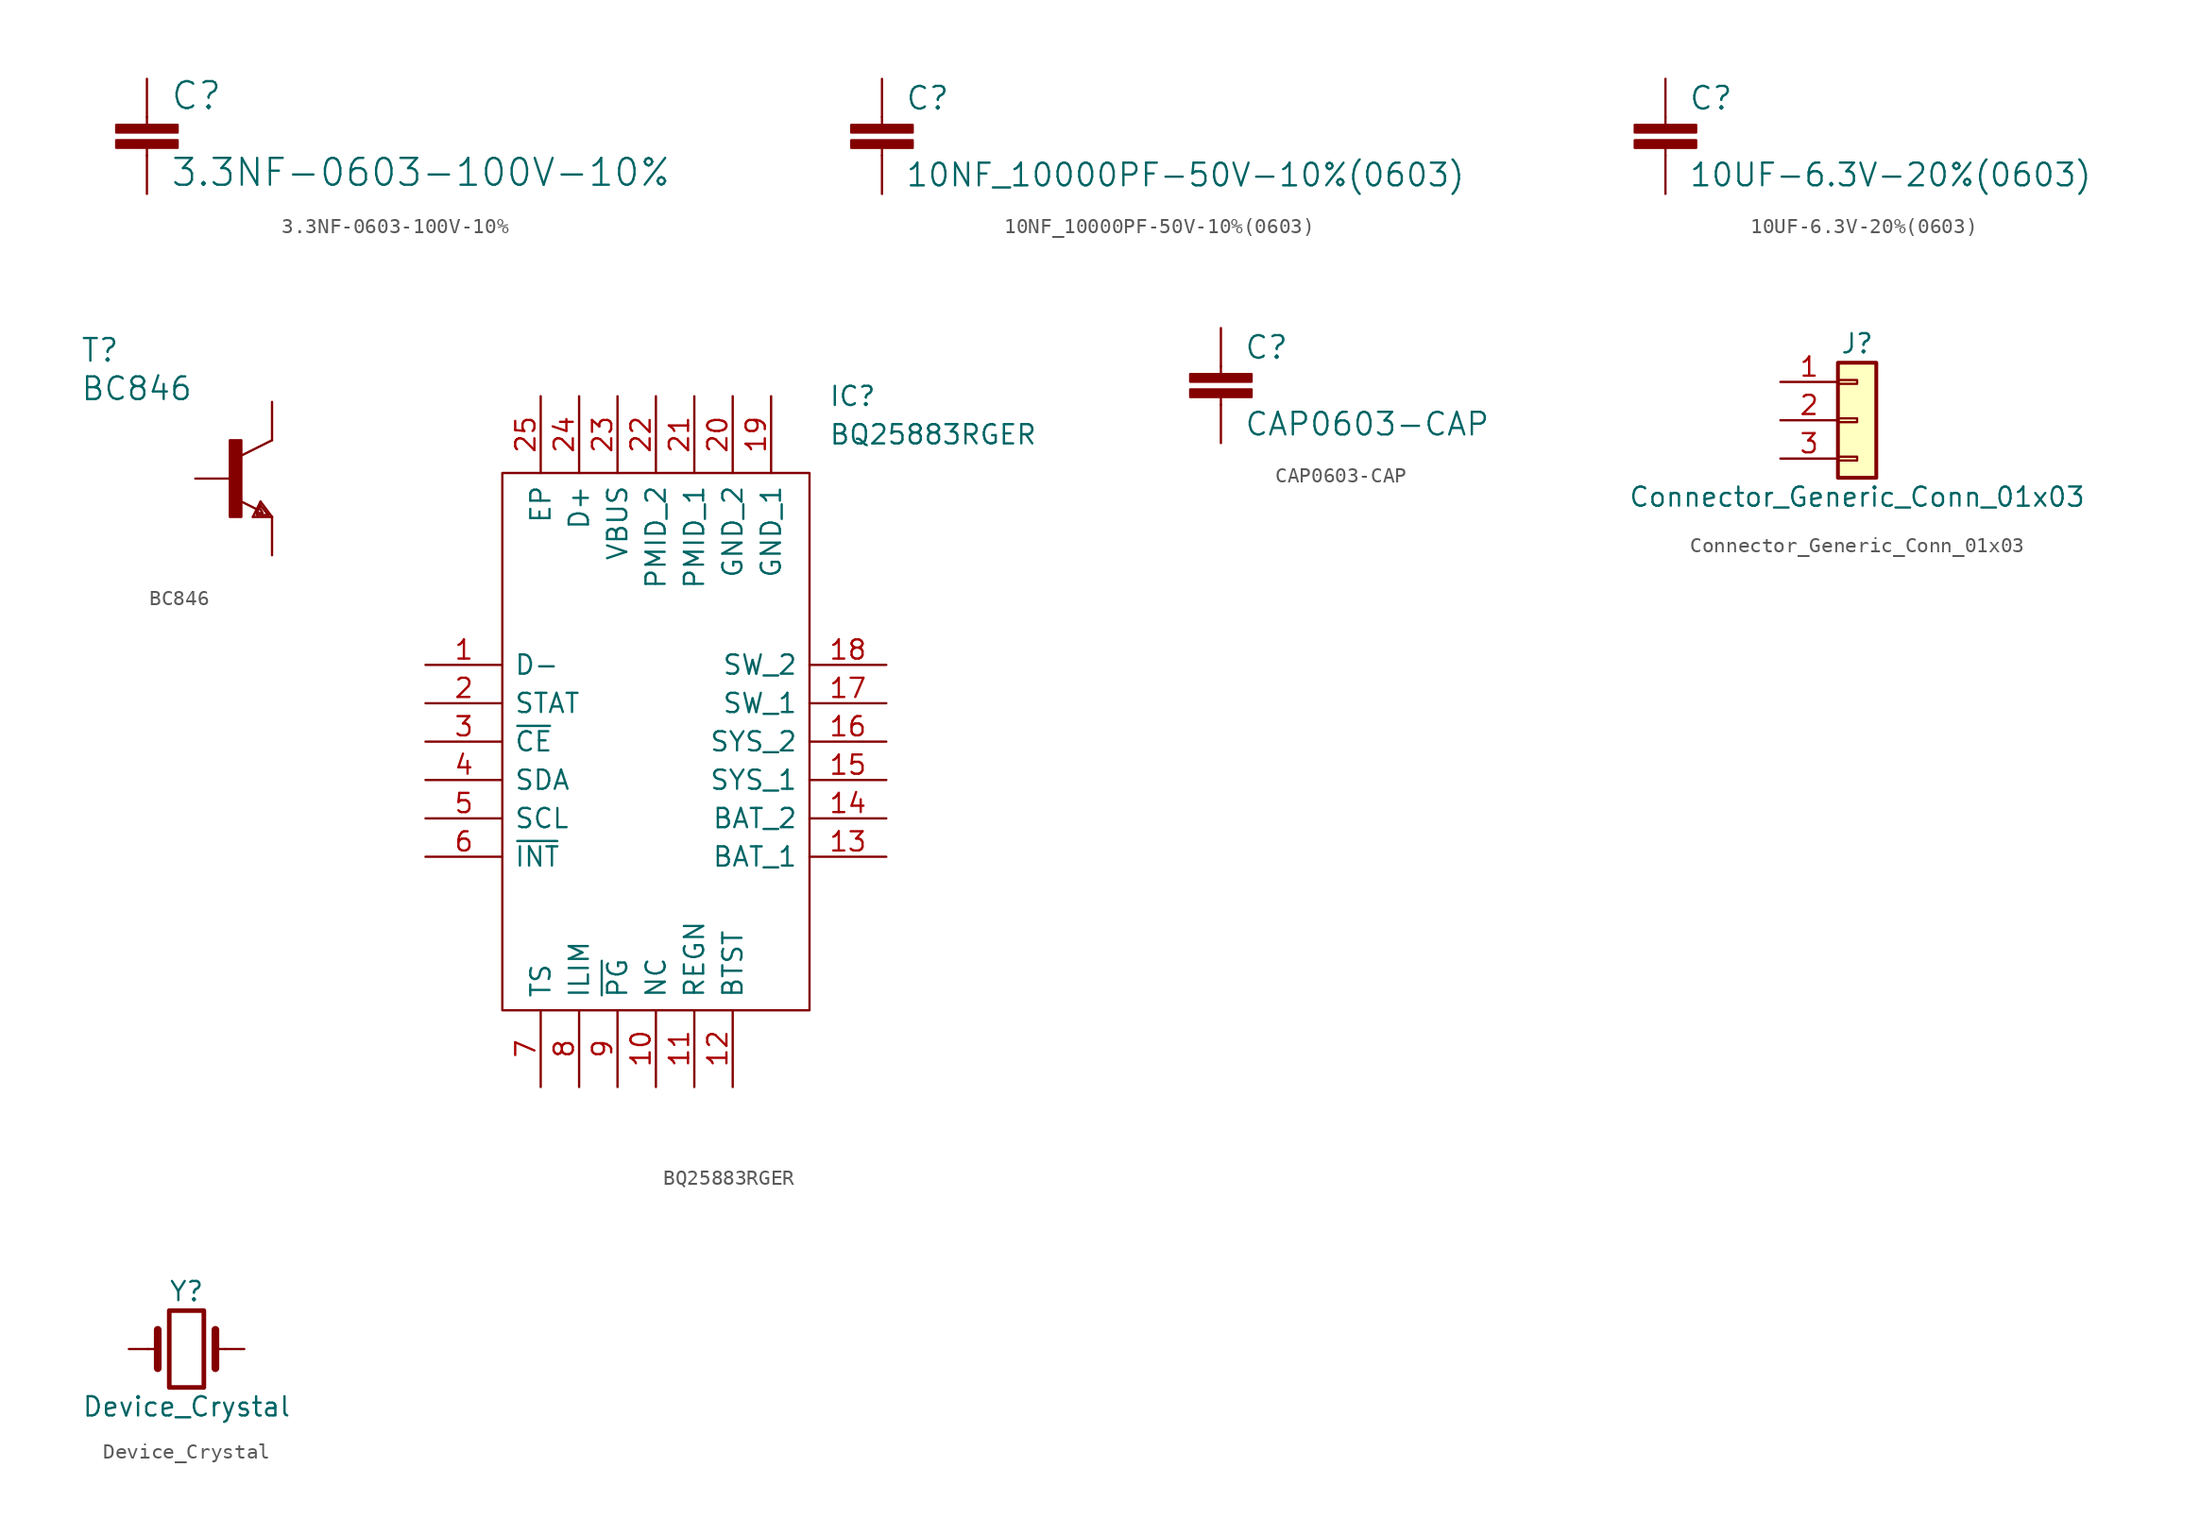
<source format=kicad_sym>
(kicad_symbol_lib
  (version 20220914)
  (generator kicad_symbol_editor)
  (symbol "3.3NF-0603-100V-10%"
    (pin_names
      (offset 1.016))
    (property "Reference" "C"
      (at 1.524 2.921 0)
      (effects (font (size 1.778 1.778)) (justify left bottom)))
    (property "Value" "3.3NF-0603-100V-10%"
      (at 1.524 -2.159 0)
      (effects (font (size 1.778 1.778)) (justify left bottom)))
    (property "ki_locked" ""
      (at 0 0 0)
      (effects (font (size 1.27 1.27))))
    (symbol "3.3NF-0603-100V-10%_1_0"
      (rectangle (start -2.032 0.508) (end 2.032 1.016) (stroke (width 0) (type solid)) (fill (type outline)))
      (rectangle (start -2.032 1.524) (end 2.032 2.032) (stroke (width 0) (type solid)) (fill (type outline)))
      (polyline (pts (xy 0 0) (xy 0 0.508)) (stroke (width 0) (type solid)) (fill (type none)))
      (polyline (pts (xy 0 2.54) (xy 0 2.032)) (stroke (width 0) (type solid)) (fill (type none)))
      (pin passive line (at 0 5.08 270) (length 2.54) (name "1" (effects (font (size 0 0)))) (number "1" (effects (font (size 0 0)))))
      (pin passive line (at 0 -2.54 90) (length 2.54) (name "2" (effects (font (size 0 0)))) (number "2" (effects (font (size 0 0)))))))
  (symbol "10NF_10000PF-50V-10%(0603)"
    (pin_names
      (offset 1.016))
    (property "Reference" "C"
      (at 1.524 2.921 0)
      (effects (font (size 1.499 1.499)) (justify left bottom)))
    (property "Value" "10NF_10000PF-50V-10%(0603)"
      (at 1.524 -2.159 0)
      (effects (font (size 1.499 1.499)) (justify left bottom)))
    (property "ki_locked" ""
      (at 0 0 0)
      (effects (font (size 1.27 1.27))))
    (symbol "10NF_10000PF-50V-10%(0603)_1_0"
      (rectangle (start -2.032 0.508) (end 2.032 1.016) (stroke (width 0) (type solid)) (fill (type outline)))
      (rectangle (start -2.032 1.524) (end 2.032 2.032) (stroke (width 0) (type solid)) (fill (type outline)))
      (polyline (pts (xy 0 0) (xy 0 0.508)) (stroke (width 0) (type solid)) (fill (type none)))
      (polyline (pts (xy 0 2.54) (xy 0 2.032)) (stroke (width 0) (type solid)) (fill (type none)))
      (pin passive line (at 0 5.08 270) (length 2.54) (name "1" (effects (font (size 0 0)))) (number "1" (effects (font (size 0 0)))))
      (pin passive line (at 0 -2.54 90) (length 2.54) (name "2" (effects (font (size 0 0)))) (number "2" (effects (font (size 0 0)))))))
  (symbol "10UF-6.3V-20%(0603)"
    (pin_names
      (offset 1.016))
    (property "Reference" "C"
      (at 1.524 2.921 0)
      (effects (font (size 1.499 1.499)) (justify left bottom)))
    (property "Value" "10UF-6.3V-20%(0603)"
      (at 1.524 -2.159 0)
      (effects (font (size 1.499 1.499)) (justify left bottom)))
    (property "ki_locked" ""
      (at 0 0 0)
      (effects (font (size 1.27 1.27))))
    (symbol "10UF-6.3V-20%(0603)_1_0"
      (rectangle (start -2.032 0.508) (end 2.032 1.016) (stroke (width 0) (type solid)) (fill (type outline)))
      (rectangle (start -2.032 1.524) (end 2.032 2.032) (stroke (width 0) (type solid)) (fill (type outline)))
      (polyline (pts (xy 0 0) (xy 0 0.508)) (stroke (width 0) (type solid)) (fill (type none)))
      (polyline (pts (xy 0 2.54) (xy 0 2.032)) (stroke (width 0) (type solid)) (fill (type none)))
      (pin passive line (at 0 5.08 270) (length 2.54) (name "1" (effects (font (size 0 0)))) (number "1" (effects (font (size 0 0)))))
      (pin passive line (at 0 -2.54 90) (length 2.54) (name "2" (effects (font (size 0 0)))) (number "2" (effects (font (size 0 0)))))))
  (symbol "BC846"
    (pin_names
      (offset 1.016))
    (property "Reference" "T"
      (at -10.16 7.62 0)
      (effects (font (size 1.499 1.499)) (justify left bottom)))
    (property "Value" "BC846"
      (at -10.16 5.08 0)
      (effects (font (size 1.499 1.499)) (justify left bottom)))
    (property "ki_locked" ""
      (at 0 0 0)
      (effects (font (size 1.27 1.27))))
    (symbol "BC846_1_0"
      (rectangle (start -0.254 -2.54) (end 0.508 2.54) (stroke (width 0) (type solid)) (fill (type outline)))
      (polyline (pts (xy 1.27 -2.54) (xy 1.778 -1.524)) (stroke (width 0) (type solid)) (fill (type none)))
      (polyline (pts (xy 1.524 -2.413) (xy 2.286 -2.413)) (stroke (width 0) (type solid)) (fill (type none)))
      (polyline (pts (xy 1.524 -2.286) (xy 1.905 -2.286)) (stroke (width 0) (type solid)) (fill (type none)))
      (polyline (pts (xy 1.524 -2.032) (xy 0.305 -1.422)) (stroke (width 0) (type solid)) (fill (type none)))
      (polyline (pts (xy 1.778 -1.778) (xy 1.524 -2.286)) (stroke (width 0) (type solid)) (fill (type none)))
      (polyline (pts (xy 1.778 -1.524) (xy 2.54 -2.54)) (stroke (width 0) (type solid)) (fill (type none)))
      (polyline (pts (xy 1.905 -2.286) (xy 1.778 -2.032)) (stroke (width 0) (type solid)) (fill (type none)))
      (polyline (pts (xy 2.286 -2.413) (xy 1.778 -1.778)) (stroke (width 0) (type solid)) (fill (type none)))
      (polyline (pts (xy 2.54 -2.54) (xy 1.27 -2.54)) (stroke (width 0) (type solid)) (fill (type none)))
      (polyline (pts (xy 2.54 2.54) (xy 0.508 1.524)) (stroke (width 0) (type solid)) (fill (type none)))
      (pin passive line (at -2.54 0 0) (length 2.54) (name "B" (effects (font (size 0 0)))) (number "1" (effects (font (size 0 0)))))
      (pin passive line (at 2.54 -5.08 90) (length 2.54) (name "E" (effects (font (size 0 0)))) (number "2" (effects (font (size 0 0)))))
      (pin passive line (at 2.54 5.08 270) (length 2.54) (name "C" (effects (font (size 0 0)))) (number "3" (effects (font (size 0 0)))))))
  (symbol "BQ25883RGER"
    (pin_names
      (offset 0.762))
    (property "Reference" "IC"
      (at 26.67 17.78 0)
      (effects (font (size 1.27 1.27)) (justify left)))
    (property "Value" "BQ25883RGER"
      (at 26.67 15.24 0)
      (effects (font (size 1.27 1.27)) (justify left)))
    (symbol "BQ25883RGER_0_0"
      (pin bidirectional line (at 0 0 0) (length 5.08) (name "D-" (effects (font (size 1.27 1.27)))) (number "1" (effects (font (size 1.27 1.27)))))
      (pin bidirectional line (at 15.24 -27.94 90) (length 5.08) (name "NC" (effects (font (size 1.27 1.27)))) (number "10" (effects (font (size 1.27 1.27)))))
      (pin bidirectional line (at 17.78 -27.94 90) (length 5.08) (name "REGN" (effects (font (size 1.27 1.27)))) (number "11" (effects (font (size 1.27 1.27)))))
      (pin bidirectional line (at 20.32 -27.94 90) (length 5.08) (name "BTST" (effects (font (size 1.27 1.27)))) (number "12" (effects (font (size 1.27 1.27)))))
      (pin bidirectional line (at 30.48 -12.7 180) (length 5.08) (name "BAT_1" (effects (font (size 1.27 1.27)))) (number "13" (effects (font (size 1.27 1.27)))))
      (pin bidirectional line (at 30.48 -10.16 180) (length 5.08) (name "BAT_2" (effects (font (size 1.27 1.27)))) (number "14" (effects (font (size 1.27 1.27)))))
      (pin bidirectional line (at 30.48 -7.62 180) (length 5.08) (name "SYS_1" (effects (font (size 1.27 1.27)))) (number "15" (effects (font (size 1.27 1.27)))))
      (pin bidirectional line (at 30.48 -5.08 180) (length 5.08) (name "SYS_2" (effects (font (size 1.27 1.27)))) (number "16" (effects (font (size 1.27 1.27)))))
      (pin bidirectional line (at 30.48 -2.54 180) (length 5.08) (name "SW_1" (effects (font (size 1.27 1.27)))) (number "17" (effects (font (size 1.27 1.27)))))
      (pin bidirectional line (at 30.48 0 180) (length 5.08) (name "SW_2" (effects (font (size 1.27 1.27)))) (number "18" (effects (font (size 1.27 1.27)))))
      (pin bidirectional line (at 22.86 17.78 270) (length 5.08) (name "GND_1" (effects (font (size 1.27 1.27)))) (number "19" (effects (font (size 1.27 1.27)))))
      (pin bidirectional line (at 0 -2.54 0) (length 5.08) (name "STAT" (effects (font (size 1.27 1.27)))) (number "2" (effects (font (size 1.27 1.27)))))
      (pin bidirectional line (at 20.32 17.78 270) (length 5.08) (name "GND_2" (effects (font (size 1.27 1.27)))) (number "20" (effects (font (size 1.27 1.27)))))
      (pin bidirectional line (at 17.78 17.78 270) (length 5.08) (name "PMID_1" (effects (font (size 1.27 1.27)))) (number "21" (effects (font (size 1.27 1.27)))))
      (pin bidirectional line (at 15.24 17.78 270) (length 5.08) (name "PMID_2" (effects (font (size 1.27 1.27)))) (number "22" (effects (font (size 1.27 1.27)))))
      (pin bidirectional line (at 12.7 17.78 270) (length 5.08) (name "VBUS" (effects (font (size 1.27 1.27)))) (number "23" (effects (font (size 1.27 1.27)))))
      (pin bidirectional line (at 10.16 17.78 270) (length 5.08) (name "D+" (effects (font (size 1.27 1.27)))) (number "24" (effects (font (size 1.27 1.27)))))
      (pin bidirectional line (at 7.62 17.78 270) (length 5.08) (name "EP" (effects (font (size 1.27 1.27)))) (number "25" (effects (font (size 1.27 1.27)))))
      (pin bidirectional line (at 0 -5.08 0) (length 5.08) (name "~{CE}" (effects (font (size 1.27 1.27)))) (number "3" (effects (font (size 1.27 1.27)))))
      (pin bidirectional line (at 0 -7.62 0) (length 5.08) (name "SDA" (effects (font (size 1.27 1.27)))) (number "4" (effects (font (size 1.27 1.27)))))
      (pin bidirectional line (at 0 -10.16 0) (length 5.08) (name "SCL" (effects (font (size 1.27 1.27)))) (number "5" (effects (font (size 1.27 1.27)))))
      (pin bidirectional line (at 0 -12.7 0) (length 5.08) (name "~{INT}" (effects (font (size 1.27 1.27)))) (number "6" (effects (font (size 1.27 1.27)))))
      (pin bidirectional line (at 7.62 -27.94 90) (length 5.08) (name "TS" (effects (font (size 1.27 1.27)))) (number "7" (effects (font (size 1.27 1.27)))))
      (pin bidirectional line (at 10.16 -27.94 90) (length 5.08) (name "ILIM" (effects (font (size 1.27 1.27)))) (number "8" (effects (font (size 1.27 1.27)))))
      (pin bidirectional line (at 12.7 -27.94 90) (length 5.08) (name "~{PG}" (effects (font (size 1.27 1.27)))) (number "9" (effects (font (size 1.27 1.27))))))
    (symbol "BQ25883RGER_0_1"
      (polyline (pts (xy 5.08 12.7) (xy 25.4 12.7) (xy 25.4 -22.86) (xy 5.08 -22.86) (xy 5.08 12.7)) (stroke (width 0.152) (type solid)) (fill (type none)))))
  (symbol "CAP0603-CAP"
    (pin_names
      (offset 1.016))
    (property "Reference" "C"
      (at 1.524 2.921 0)
      (effects (font (size 1.499 1.499)) (justify left bottom)))
    (property "Value" "CAP0603-CAP"
      (at 1.524 -2.159 0)
      (effects (font (size 1.499 1.499)) (justify left bottom)))
    (property "ki_locked" ""
      (at 0 0 0)
      (effects (font (size 1.27 1.27))))
    (symbol "CAP0603-CAP_1_0"
      (rectangle (start -2.032 0.508) (end 2.032 1.016) (stroke (width 0) (type solid)) (fill (type outline)))
      (rectangle (start -2.032 1.524) (end 2.032 2.032) (stroke (width 0) (type solid)) (fill (type outline)))
      (polyline (pts (xy 0 0) (xy 0 0.508)) (stroke (width 0) (type solid)) (fill (type none)))
      (polyline (pts (xy 0 2.54) (xy 0 2.032)) (stroke (width 0) (type solid)) (fill (type none)))
      (pin passive line (at 0 5.08 270) (length 2.54) (name "1" (effects (font (size 0 0)))) (number "1" (effects (font (size 0 0)))))
      (pin passive line (at 0 -2.54 90) (length 2.54) (name "2" (effects (font (size 0 0)))) (number "2" (effects (font (size 0 0)))))))
  (symbol "Connector_Generic_Conn_01x03"
    (pin_names
      (offset 1.016) hide)
    (property "Reference" "J"
      (at 0 5.08 0)
      (effects (font (size 1.27 1.27))))
    (property "Value" "Connector_Generic_Conn_01x03"
      (at 0 -5.08 0)
      (effects (font (size 1.27 1.27))))
    (symbol "Connector_Generic_Conn_01x03_1_1"
      (rectangle (start -1.27 -2.413) (end 0 -2.667) (stroke (width 0.152) (type solid)) (fill (type none)))
      (rectangle (start -1.27 0.127) (end 0 -0.127) (stroke (width 0.152) (type solid)) (fill (type none)))
      (rectangle (start -1.27 2.667) (end 0 2.413) (stroke (width 0.152) (type solid)) (fill (type none)))
      (rectangle (start -1.27 3.81) (end 1.27 -3.81) (stroke (width 0.254) (type solid)) (fill (type background)))
      (pin passive line (at -5.08 2.54 0) (length 3.81) (name "Pin_1" (effects (font (size 1.27 1.27)))) (number "1" (effects (font (size 1.27 1.27)))))
      (pin passive line (at -5.08 0 0) (length 3.81) (name "Pin_2" (effects (font (size 1.27 1.27)))) (number "2" (effects (font (size 1.27 1.27)))))
      (pin passive line (at -5.08 -2.54 0) (length 3.81) (name "Pin_3" (effects (font (size 1.27 1.27)))) (number "3" (effects (font (size 1.27 1.27)))))))
  (symbol "Device_Crystal"
    (pin_numbers hide)
    (pin_names
      (offset 1.016) hide)
    (property "Reference" "Y"
      (at 0 3.81 0)
      (effects (font (size 1.27 1.27))))
    (property "Value" "Device_Crystal"
      (at 0 -3.81 0)
      (effects (font (size 1.27 1.27))))
    (symbol "Device_Crystal_0_1"
      (rectangle (start -1.143 2.54) (end 1.143 -2.54) (stroke (width 0.305) (type solid)) (fill (type none)))
      (polyline (pts (xy -2.54 0) (xy -1.905 0)) (stroke (width 0) (type solid)) (fill (type none)))
      (polyline (pts (xy -1.905 -1.27) (xy -1.905 1.27)) (stroke (width 0.508) (type solid)) (fill (type none)))
      (polyline (pts (xy 1.905 -1.27) (xy 1.905 1.27)) (stroke (width 0.508) (type solid)) (fill (type none)))
      (polyline (pts (xy 2.54 0) (xy 1.905 0)) (stroke (width 0) (type solid)) (fill (type none))))
    (symbol "Device_Crystal_1_1"
      (pin passive line (at -3.81 0 0) (length 1.27) (name "1" (effects (font (size 1.27 1.27)))) (number "1" (effects (font (size 1.27 1.27)))))
      (pin passive line (at 3.81 0 180) (length 1.27) (name "2" (effects (font (size 1.27 1.27)))) (number "2" (effects (font (size 1.27 1.27))))))))
</source>
